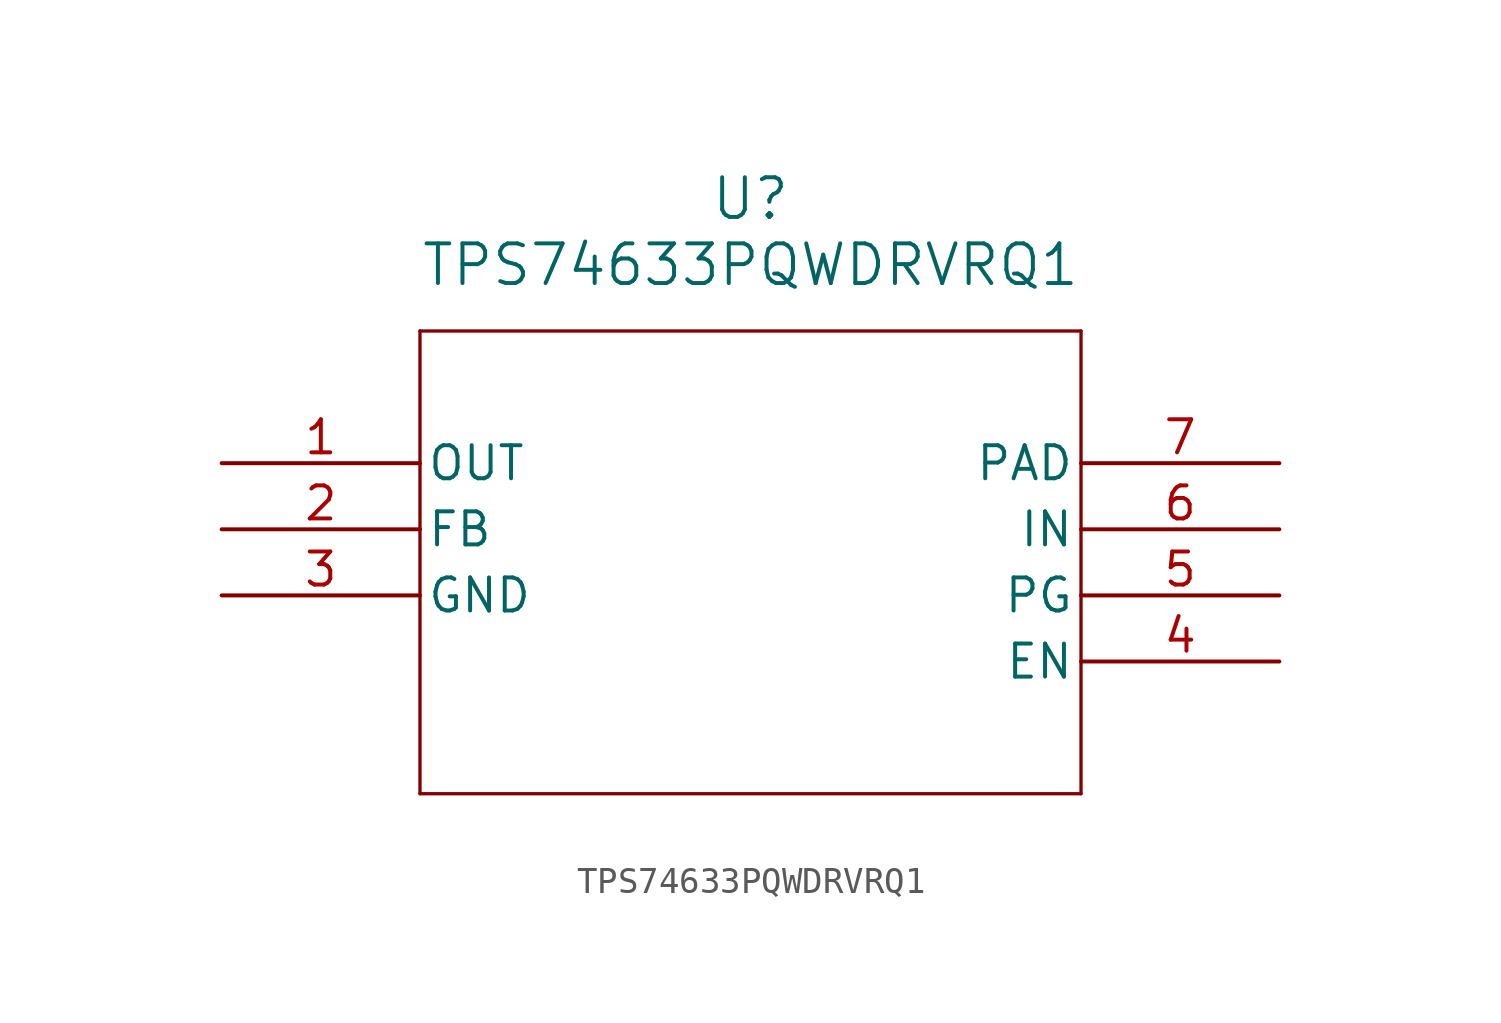
<source format=kicad_sym>
(kicad_symbol_lib
  (version 20211014)
  (generator kicad_symbol_editor)
  (symbol "TPS74633PQWDRVRQ1"
    (pin_names
      (offset 0.254))
    (property "Reference" "U"
      (at 20.32 10.16 0)
      (effects (font (size 1.524 1.524))))
    (property "Value" "TPS74633PQWDRVRQ1"
      (at 20.32 7.62 0)
      (effects (font (size 1.524 1.524))))
    (symbol "TPS74633PQWDRVRQ1_0_1"
      (polyline (pts (xy 7.62 5.08) (xy 7.62 -12.7)) (stroke (width 0.127) (type default) (color 0 0 0 0)) (fill (type none)))
      (polyline (pts (xy 7.62 -12.7) (xy 33.02 -12.7)) (stroke (width 0.127) (type default) (color 0 0 0 0)) (fill (type none)))
      (polyline (pts (xy 33.02 -12.7) (xy 33.02 5.08)) (stroke (width 0.127) (type default) (color 0 0 0 0)) (fill (type none)))
      (polyline (pts (xy 33.02 5.08) (xy 7.62 5.08)) (stroke (width 0.127) (type default) (color 0 0 0 0)) (fill (type none)))
      (pin output line (at 0 0 0) (length 7.62) (name "OUT" (effects (font (size 1.27 1.27)))) (number "1" (effects (font (size 1.27 1.27)))))
      (pin unspecified line (at 0 -2.54 0) (length 7.62) (name "FB" (effects (font (size 1.27 1.27)))) (number "2" (effects (font (size 1.27 1.27)))))
      (pin power_out line (at 0 -5.08 0) (length 7.62) (name "GND" (effects (font (size 1.27 1.27)))) (number "3" (effects (font (size 1.27 1.27)))))
      (pin unspecified line (at 40.64 -7.62 180) (length 7.62) (name "EN" (effects (font (size 1.27 1.27)))) (number "4" (effects (font (size 1.27 1.27)))))
      (pin unspecified line (at 40.64 -5.08 180) (length 7.62) (name "PG" (effects (font (size 1.27 1.27)))) (number "5" (effects (font (size 1.27 1.27)))))
      (pin input line (at 40.64 -2.54 180) (length 7.62) (name "IN" (effects (font (size 1.27 1.27)))) (number "6" (effects (font (size 1.27 1.27)))))
      (pin power_out line (at 40.64 0 180) (length 7.62) (name "PAD" (effects (font (size 1.27 1.27)))) (number "7" (effects (font (size 1.27 1.27))))))))
</source>
